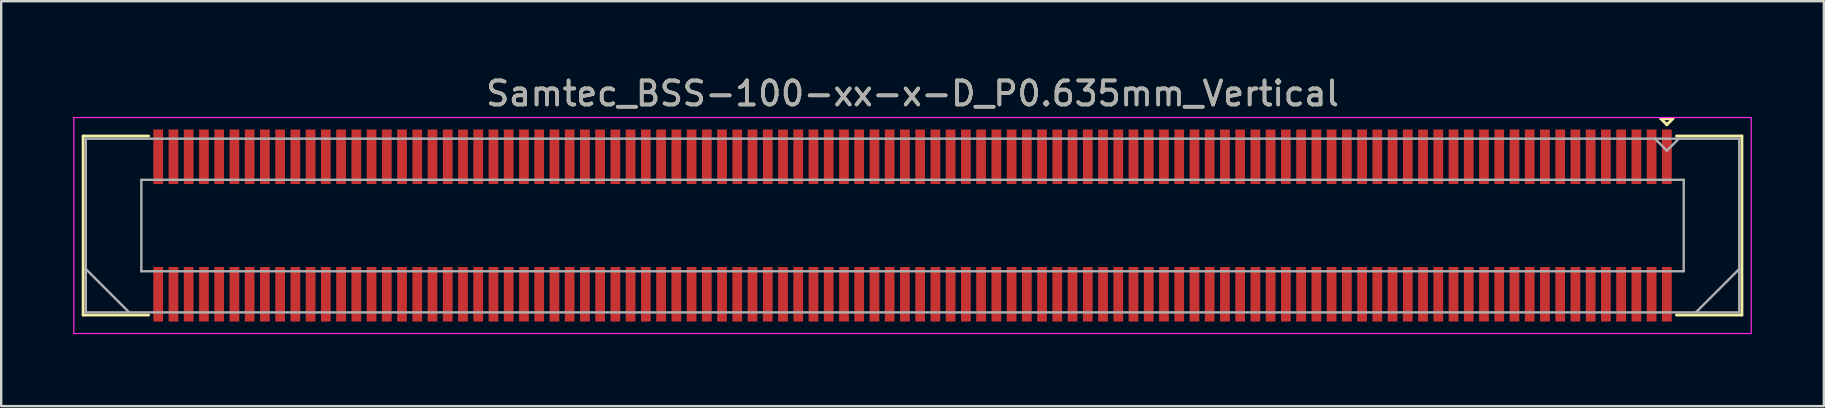
<source format=kicad_pcb>
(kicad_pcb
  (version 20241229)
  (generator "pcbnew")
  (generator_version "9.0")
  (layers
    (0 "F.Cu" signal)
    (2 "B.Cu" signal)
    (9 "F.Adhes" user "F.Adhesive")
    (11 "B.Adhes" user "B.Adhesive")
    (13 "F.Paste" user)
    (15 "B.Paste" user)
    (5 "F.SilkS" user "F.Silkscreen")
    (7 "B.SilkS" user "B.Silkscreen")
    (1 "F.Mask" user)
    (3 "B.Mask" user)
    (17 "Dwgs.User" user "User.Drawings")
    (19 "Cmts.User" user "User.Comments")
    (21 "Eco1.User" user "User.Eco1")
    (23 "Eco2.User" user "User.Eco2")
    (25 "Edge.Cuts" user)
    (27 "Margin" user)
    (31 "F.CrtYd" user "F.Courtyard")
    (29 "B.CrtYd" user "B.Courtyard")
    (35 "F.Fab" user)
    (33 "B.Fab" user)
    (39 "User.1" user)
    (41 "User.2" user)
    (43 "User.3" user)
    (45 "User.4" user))
  (footprint "Samtec_BSS-100-xx-x-D_P0.635mm_Vertical"
    (layer "F.Cu")
    (at 34.975 6.348)
    (property "Reference" "Samtec_BSS-100-xx-x-D_P0.635mm_Vertical" (at 0 -5.5 0) (layer "F.SilkS") (effects (font (size 1 1) (thickness 0.15))))
    (attr smd)
    (fp_line (start -34.56 -3.73) (end -31.835 -3.73) (stroke (width 0.12) (type solid)) (layer "F.SilkS"))
    (fp_line (start -34.56 3.73) (end -34.56 -3.73) (stroke (width 0.12) (type solid)) (layer "F.SilkS"))
    (fp_line (start -31.835 3.73) (end -34.56 3.73) (stroke (width 0.12) (type solid)) (layer "F.SilkS"))
    (fp_line (start 31.183 -4.452) (end 31.683 -4.452) (stroke (width 0.12) (type solid)) (layer "F.SilkS"))
    (fp_line (start 31.433 -4.202) (end 31.183 -4.452) (stroke (width 0.12) (type solid)) (layer "F.SilkS"))
    (fp_line (start 31.683 -4.452) (end 31.433 -4.202) (stroke (width 0.12) (type solid)) (layer "F.SilkS"))
    (fp_line (start 31.835 3.73) (end 34.56 3.73) (stroke (width 0.12) (type solid)) (layer "F.SilkS"))
    (fp_line (start 34.56 -3.73) (end 31.835 -3.73) (stroke (width 0.12) (type solid)) (layer "F.SilkS"))
    (fp_line (start 34.56 3.73) (end 34.56 -3.73) (stroke (width 0.12) (type solid)) (layer "F.SilkS"))
    (fp_line (start -34.95 -4.5) (end -34.95 4.5) (stroke (width 0.05) (type solid)) (layer "F.CrtYd"))
    (fp_line (start -34.95 4.5) (end 34.95 4.5) (stroke (width 0.05) (type solid)) (layer "F.CrtYd"))
    (fp_line (start 34.95 -4.5) (end -34.95 -4.5) (stroke (width 0.05) (type solid)) (layer "F.CrtYd"))
    (fp_line (start 34.95 4.5) (end 34.95 -4.5) (stroke (width 0.05) (type solid)) (layer "F.CrtYd"))
    (fp_line (start -34.45 -3.62) (end -34.45 3.62) (stroke (width 0.1) (type solid)) (layer "F.Fab"))
    (fp_line (start -34.45 1.81) (end -32.64 3.62) (stroke (width 0.1) (type solid)) (layer "F.Fab"))
    (fp_line (start -34.45 3.62) (end 34.45 3.62) (stroke (width 0.1) (type solid)) (layer "F.Fab"))
    (fp_line (start -32.135 -1.905) (end -32.135 1.905) (stroke (width 0.1) (type solid)) (layer "F.Fab"))
    (fp_line (start -32.135 1.905) (end 32.135 1.905) (stroke (width 0.1) (type solid)) (layer "F.Fab"))
    (fp_line (start 31.433 -3.12) (end 30.933 -3.62) (stroke (width 0.1) (type solid)) (layer "F.Fab"))
    (fp_line (start 31.933 -3.62) (end 31.433 -3.12) (stroke (width 0.1) (type solid)) (layer "F.Fab"))
    (fp_line (start 32.135 -1.905) (end -32.135 -1.905) (stroke (width 0.1) (type solid)) (layer "F.Fab"))
    (fp_line (start 32.135 1.905) (end 32.135 -1.905) (stroke (width 0.1) (type solid)) (layer "F.Fab"))
    (fp_line (start 34.45 -3.62) (end -34.45 -3.62) (stroke (width 0.1) (type solid)) (layer "F.Fab"))
    (fp_line (start 34.45 1.81) (end 32.64 3.62) (stroke (width 0.1) (type solid)) (layer "F.Fab"))
    (fp_line (start 34.45 3.62) (end 34.45 -3.62) (stroke (width 0.1) (type solid)) (layer "F.Fab"))
    (fp_text user "${REFERENCE}" (at 0 -5.5 0) (layer "F.Fab") (effects (font (size 1 1) (thickness 0.15))))
    (pad "1" smd rect (at 31.433 -2.865) (size 0.406 2.273) (layers "F.Cu" "F.Mask" "F.Paste"))
    (pad "2" smd rect (at 31.433 2.865) (size 0.406 2.273) (layers "F.Cu" "F.Mask" "F.Paste"))
    (pad "3" smd rect (at 30.797 -2.865) (size 0.406 2.273) (layers "F.Cu" "F.Mask" "F.Paste"))
    (pad "4" smd rect (at 30.797 2.865) (size 0.406 2.273) (layers "F.Cu" "F.Mask" "F.Paste"))
    (pad "5" smd rect (at 30.163 -2.865) (size 0.406 2.273) (layers "F.Cu" "F.Mask" "F.Paste"))
    (pad "6" smd rect (at 30.163 2.865) (size 0.406 2.273) (layers "F.Cu" "F.Mask" "F.Paste"))
    (pad "7" smd rect (at 29.527 -2.865) (size 0.406 2.273) (layers "F.Cu" "F.Mask" "F.Paste"))
    (pad "8" smd rect (at 29.527 2.865) (size 0.406 2.273) (layers "F.Cu" "F.Mask" "F.Paste"))
    (pad "9" smd rect (at 28.892 -2.865) (size 0.406 2.273) (layers "F.Cu" "F.Mask" "F.Paste"))
    (pad "10" smd rect (at 28.892 2.865) (size 0.406 2.273) (layers "F.Cu" "F.Mask" "F.Paste"))
    (pad "11" smd rect (at 28.258 -2.865) (size 0.406 2.273) (layers "F.Cu" "F.Mask" "F.Paste"))
    (pad "12" smd rect (at 28.258 2.865) (size 0.406 2.273) (layers "F.Cu" "F.Mask" "F.Paste"))
    (pad "13" smd rect (at 27.622 -2.865) (size 0.406 2.273) (layers "F.Cu" "F.Mask" "F.Paste"))
    (pad "14" smd rect (at 27.622 2.865) (size 0.406 2.273) (layers "F.Cu" "F.Mask" "F.Paste"))
    (pad "15" smd rect (at 26.988 -2.865) (size 0.406 2.273) (layers "F.Cu" "F.Mask" "F.Paste"))
    (pad "16" smd rect (at 26.988 2.865) (size 0.406 2.273) (layers "F.Cu" "F.Mask" "F.Paste"))
    (pad "17" smd rect (at 26.352 -2.865) (size 0.406 2.273) (layers "F.Cu" "F.Mask" "F.Paste"))
    (pad "18" smd rect (at 26.352 2.865) (size 0.406 2.273) (layers "F.Cu" "F.Mask" "F.Paste"))
    (pad "19" smd rect (at 25.718 -2.865) (size 0.406 2.273) (layers "F.Cu" "F.Mask" "F.Paste"))
    (pad "20" smd rect (at 25.718 2.865) (size 0.406 2.273) (layers "F.Cu" "F.Mask" "F.Paste"))
    (pad "21" smd rect (at 25.082 -2.865) (size 0.406 2.273) (layers "F.Cu" "F.Mask" "F.Paste"))
    (pad "22" smd rect (at 25.082 2.865) (size 0.406 2.273) (layers "F.Cu" "F.Mask" "F.Paste"))
    (pad "23" smd rect (at 24.448 -2.865) (size 0.406 2.273) (layers "F.Cu" "F.Mask" "F.Paste"))
    (pad "24" smd rect (at 24.448 2.865) (size 0.406 2.273) (layers "F.Cu" "F.Mask" "F.Paste"))
    (pad "25" smd rect (at 23.812 -2.865) (size 0.406 2.273) (layers "F.Cu" "F.Mask" "F.Paste"))
    (pad "26" smd rect (at 23.812 2.865) (size 0.406 2.273) (layers "F.Cu" "F.Mask" "F.Paste"))
    (pad "27" smd rect (at 23.177 -2.865) (size 0.406 2.273) (layers "F.Cu" "F.Mask" "F.Paste"))
    (pad "28" smd rect (at 23.177 2.865) (size 0.406 2.273) (layers "F.Cu" "F.Mask" "F.Paste"))
    (pad "29" smd rect (at 22.543 -2.865) (size 0.406 2.273) (layers "F.Cu" "F.Mask" "F.Paste"))
    (pad "30" smd rect (at 22.543 2.865) (size 0.406 2.273) (layers "F.Cu" "F.Mask" "F.Paste"))
    (pad "31" smd rect (at 21.907 -2.865) (size 0.406 2.273) (layers "F.Cu" "F.Mask" "F.Paste"))
    (pad "32" smd rect (at 21.907 2.865) (size 0.406 2.273) (layers "F.Cu" "F.Mask" "F.Paste"))
    (pad "33" smd rect (at 21.273 -2.865) (size 0.406 2.273) (layers "F.Cu" "F.Mask" "F.Paste"))
    (pad "34" smd rect (at 21.273 2.865) (size 0.406 2.273) (layers "F.Cu" "F.Mask" "F.Paste"))
    (pad "35" smd rect (at 20.637 -2.865) (size 0.406 2.273) (layers "F.Cu" "F.Mask" "F.Paste"))
    (pad "36" smd rect (at 20.637 2.865) (size 0.406 2.273) (layers "F.Cu" "F.Mask" "F.Paste"))
    (pad "37" smd rect (at 20.003 -2.865) (size 0.406 2.273) (layers "F.Cu" "F.Mask" "F.Paste"))
    (pad "38" smd rect (at 20.003 2.865) (size 0.406 2.273) (layers "F.Cu" "F.Mask" "F.Paste"))
    (pad "39" smd rect (at 19.367 -2.865) (size 0.406 2.273) (layers "F.Cu" "F.Mask" "F.Paste"))
    (pad "40" smd rect (at 19.367 2.865) (size 0.406 2.273) (layers "F.Cu" "F.Mask" "F.Paste"))
    (pad "41" smd rect (at 18.733 -2.865) (size 0.406 2.273) (layers "F.Cu" "F.Mask" "F.Paste"))
    (pad "42" smd rect (at 18.733 2.865) (size 0.406 2.273) (layers "F.Cu" "F.Mask" "F.Paste"))
    (pad "43" smd rect (at 18.098 -2.865) (size 0.406 2.273) (layers "F.Cu" "F.Mask" "F.Paste"))
    (pad "44" smd rect (at 18.098 2.865) (size 0.406 2.273) (layers "F.Cu" "F.Mask" "F.Paste"))
    (pad "45" smd rect (at 17.462 -2.865) (size 0.406 2.273) (layers "F.Cu" "F.Mask" "F.Paste"))
    (pad "46" smd rect (at 17.462 2.865) (size 0.406 2.273) (layers "F.Cu" "F.Mask" "F.Paste"))
    (pad "47" smd rect (at 16.828 -2.865) (size 0.406 2.273) (layers "F.Cu" "F.Mask" "F.Paste"))
    (pad "48" smd rect (at 16.828 2.865) (size 0.406 2.273) (layers "F.Cu" "F.Mask" "F.Paste"))
    (pad "49" smd rect (at 16.192 -2.865) (size 0.406 2.273) (layers "F.Cu" "F.Mask" "F.Paste"))
    (pad "50" smd rect (at 16.192 2.865) (size 0.406 2.273) (layers "F.Cu" "F.Mask" "F.Paste"))
    (pad "51" smd rect (at 15.557 -2.865) (size 0.406 2.273) (layers "F.Cu" "F.Mask" "F.Paste"))
    (pad "52" smd rect (at 15.557 2.865) (size 0.406 2.273) (layers "F.Cu" "F.Mask" "F.Paste"))
    (pad "53" smd rect (at 14.922 -2.865) (size 0.406 2.273) (layers "F.Cu" "F.Mask" "F.Paste"))
    (pad "54" smd rect (at 14.922 2.865) (size 0.406 2.273) (layers "F.Cu" "F.Mask" "F.Paste"))
    (pad "55" smd rect (at 14.287 -2.865) (size 0.406 2.273) (layers "F.Cu" "F.Mask" "F.Paste"))
    (pad "56" smd rect (at 14.287 2.865) (size 0.406 2.273) (layers "F.Cu" "F.Mask" "F.Paste"))
    (pad "57" smd rect (at 13.652 -2.865) (size 0.406 2.273) (layers "F.Cu" "F.Mask" "F.Paste"))
    (pad "58" smd rect (at 13.652 2.865) (size 0.406 2.273) (layers "F.Cu" "F.Mask" "F.Paste"))
    (pad "59" smd rect (at 13.018 -2.865) (size 0.406 2.273) (layers "F.Cu" "F.Mask" "F.Paste"))
    (pad "60" smd rect (at 13.018 2.865) (size 0.406 2.273) (layers "F.Cu" "F.Mask" "F.Paste"))
    (pad "61" smd rect (at 12.383 -2.865) (size 0.406 2.273) (layers "F.Cu" "F.Mask" "F.Paste"))
    (pad "62" smd rect (at 12.383 2.865) (size 0.406 2.273) (layers "F.Cu" "F.Mask" "F.Paste"))
    (pad "63" smd rect (at 11.748 -2.865) (size 0.406 2.273) (layers "F.Cu" "F.Mask" "F.Paste"))
    (pad "64" smd rect (at 11.748 2.865) (size 0.406 2.273) (layers "F.Cu" "F.Mask" "F.Paste"))
    (pad "65" smd rect (at 11.113 -2.865) (size 0.406 2.273) (layers "F.Cu" "F.Mask" "F.Paste"))
    (pad "66" smd rect (at 11.113 2.865) (size 0.406 2.273) (layers "F.Cu" "F.Mask" "F.Paste"))
    (pad "67" smd rect (at 10.477 -2.865) (size 0.406 2.273) (layers "F.Cu" "F.Mask" "F.Paste"))
    (pad "68" smd rect (at 10.477 2.865) (size 0.406 2.273) (layers "F.Cu" "F.Mask" "F.Paste"))
    (pad "69" smd rect (at 9.842 -2.865) (size 0.406 2.273) (layers "F.Cu" "F.Mask" "F.Paste"))
    (pad "70" smd rect (at 9.842 2.865) (size 0.406 2.273) (layers "F.Cu" "F.Mask" "F.Paste"))
    (pad "71" smd rect (at 9.207 -2.865) (size 0.406 2.273) (layers "F.Cu" "F.Mask" "F.Paste"))
    (pad "72" smd rect (at 9.207 2.865) (size 0.406 2.273) (layers "F.Cu" "F.Mask" "F.Paste"))
    (pad "73" smd rect (at 8.572 -2.865) (size 0.406 2.273) (layers "F.Cu" "F.Mask" "F.Paste"))
    (pad "74" smd rect (at 8.572 2.865) (size 0.406 2.273) (layers "F.Cu" "F.Mask" "F.Paste"))
    (pad "75" smd rect (at 7.938 -2.865) (size 0.406 2.273) (layers "F.Cu" "F.Mask" "F.Paste"))
    (pad "76" smd rect (at 7.938 2.865) (size 0.406 2.273) (layers "F.Cu" "F.Mask" "F.Paste"))
    (pad "77" smd rect (at 7.303 -2.865) (size 0.406 2.273) (layers "F.Cu" "F.Mask" "F.Paste"))
    (pad "78" smd rect (at 7.303 2.865) (size 0.406 2.273) (layers "F.Cu" "F.Mask" "F.Paste"))
    (pad "79" smd rect (at 6.668 -2.865) (size 0.406 2.273) (layers "F.Cu" "F.Mask" "F.Paste"))
    (pad "80" smd rect (at 6.668 2.865) (size 0.406 2.273) (layers "F.Cu" "F.Mask" "F.Paste"))
    (pad "81" smd rect (at 6.032 -2.865) (size 0.406 2.273) (layers "F.Cu" "F.Mask" "F.Paste"))
    (pad "82" smd rect (at 6.032 2.865) (size 0.406 2.273) (layers "F.Cu" "F.Mask" "F.Paste"))
    (pad "83" smd rect (at 5.397 -2.865) (size 0.406 2.273) (layers "F.Cu" "F.Mask" "F.Paste"))
    (pad "84" smd rect (at 5.397 2.865) (size 0.406 2.273) (layers "F.Cu" "F.Mask" "F.Paste"))
    (pad "85" smd rect (at 4.763 -2.865) (size 0.406 2.273) (layers "F.Cu" "F.Mask" "F.Paste"))
    (pad "86" smd rect (at 4.763 2.865) (size 0.406 2.273) (layers "F.Cu" "F.Mask" "F.Paste"))
    (pad "87" smd rect (at 4.128 -2.865) (size 0.406 2.273) (layers "F.Cu" "F.Mask" "F.Paste"))
    (pad "88" smd rect (at 4.128 2.865) (size 0.406 2.273) (layers "F.Cu" "F.Mask" "F.Paste"))
    (pad "89" smd rect (at 3.493 -2.865) (size 0.406 2.273) (layers "F.Cu" "F.Mask" "F.Paste"))
    (pad "90" smd rect (at 3.493 2.865) (size 0.406 2.273) (layers "F.Cu" "F.Mask" "F.Paste"))
    (pad "91" smd rect (at 2.857 -2.865) (size 0.406 2.273) (layers "F.Cu" "F.Mask" "F.Paste"))
    (pad "92" smd rect (at 2.857 2.865) (size 0.406 2.273) (layers "F.Cu" "F.Mask" "F.Paste"))
    (pad "93" smd rect (at 2.223 -2.865) (size 0.406 2.273) (layers "F.Cu" "F.Mask" "F.Paste"))
    (pad "94" smd rect (at 2.223 2.865) (size 0.406 2.273) (layers "F.Cu" "F.Mask" "F.Paste"))
    (pad "95" smd rect (at 1.587 -2.865) (size 0.406 2.273) (layers "F.Cu" "F.Mask" "F.Paste"))
    (pad "96" smd rect (at 1.587 2.865) (size 0.406 2.273) (layers "F.Cu" "F.Mask" "F.Paste"))
    (pad "97" smd rect (at 0.953 -2.865) (size 0.406 2.273) (layers "F.Cu" "F.Mask" "F.Paste"))
    (pad "98" smd rect (at 0.953 2.865) (size 0.406 2.273) (layers "F.Cu" "F.Mask" "F.Paste"))
    (pad "99" smd rect (at 0.318 -2.865) (size 0.406 2.273) (layers "F.Cu" "F.Mask" "F.Paste"))
    (pad "100" smd rect (at 0.318 2.865) (size 0.406 2.273) (layers "F.Cu" "F.Mask" "F.Paste"))
    (pad "101" smd rect (at -0.318 -2.865) (size 0.406 2.273) (layers "F.Cu" "F.Mask" "F.Paste"))
    (pad "102" smd rect (at -0.318 2.865) (size 0.406 2.273) (layers "F.Cu" "F.Mask" "F.Paste"))
    (pad "103" smd rect (at -0.953 -2.865) (size 0.406 2.273) (layers "F.Cu" "F.Mask" "F.Paste"))
    (pad "104" smd rect (at -0.953 2.865) (size 0.406 2.273) (layers "F.Cu" "F.Mask" "F.Paste"))
    (pad "105" smd rect (at -1.587 -2.865) (size 0.406 2.273) (layers "F.Cu" "F.Mask" "F.Paste"))
    (pad "106" smd rect (at -1.587 2.865) (size 0.406 2.273) (layers "F.Cu" "F.Mask" "F.Paste"))
    (pad "107" smd rect (at -2.223 -2.865) (size 0.406 2.273) (layers "F.Cu" "F.Mask" "F.Paste"))
    (pad "108" smd rect (at -2.223 2.865) (size 0.406 2.273) (layers "F.Cu" "F.Mask" "F.Paste"))
    (pad "109" smd rect (at -2.857 -2.865) (size 0.406 2.273) (layers "F.Cu" "F.Mask" "F.Paste"))
    (pad "110" smd rect (at -2.857 2.865) (size 0.406 2.273) (layers "F.Cu" "F.Mask" "F.Paste"))
    (pad "111" smd rect (at -3.493 -2.865) (size 0.406 2.273) (layers "F.Cu" "F.Mask" "F.Paste"))
    (pad "112" smd rect (at -3.493 2.865) (size 0.406 2.273) (layers "F.Cu" "F.Mask" "F.Paste"))
    (pad "113" smd rect (at -4.128 -2.865) (size 0.406 2.273) (layers "F.Cu" "F.Mask" "F.Paste"))
    (pad "114" smd rect (at -4.128 2.865) (size 0.406 2.273) (layers "F.Cu" "F.Mask" "F.Paste"))
    (pad "115" smd rect (at -4.763 -2.865) (size 0.406 2.273) (layers "F.Cu" "F.Mask" "F.Paste"))
    (pad "116" smd rect (at -4.763 2.865) (size 0.406 2.273) (layers "F.Cu" "F.Mask" "F.Paste"))
    (pad "117" smd rect (at -5.397 -2.865) (size 0.406 2.273) (layers "F.Cu" "F.Mask" "F.Paste"))
    (pad "118" smd rect (at -5.397 2.865) (size 0.406 2.273) (layers "F.Cu" "F.Mask" "F.Paste"))
    (pad "119" smd rect (at -6.032 -2.865) (size 0.406 2.273) (layers "F.Cu" "F.Mask" "F.Paste"))
    (pad "120" smd rect (at -6.032 2.865) (size 0.406 2.273) (layers "F.Cu" "F.Mask" "F.Paste"))
    (pad "121" smd rect (at -6.668 -2.865) (size 0.406 2.273) (layers "F.Cu" "F.Mask" "F.Paste"))
    (pad "122" smd rect (at -6.668 2.865) (size 0.406 2.273) (layers "F.Cu" "F.Mask" "F.Paste"))
    (pad "123" smd rect (at -7.303 -2.865) (size 0.406 2.273) (layers "F.Cu" "F.Mask" "F.Paste"))
    (pad "124" smd rect (at -7.303 2.865) (size 0.406 2.273) (layers "F.Cu" "F.Mask" "F.Paste"))
    (pad "125" smd rect (at -7.938 -2.865) (size 0.406 2.273) (layers "F.Cu" "F.Mask" "F.Paste"))
    (pad "126" smd rect (at -7.938 2.865) (size 0.406 2.273) (layers "F.Cu" "F.Mask" "F.Paste"))
    (pad "127" smd rect (at -8.572 -2.865) (size 0.406 2.273) (layers "F.Cu" "F.Mask" "F.Paste"))
    (pad "128" smd rect (at -8.572 2.865) (size 0.406 2.273) (layers "F.Cu" "F.Mask" "F.Paste"))
    (pad "129" smd rect (at -9.207 -2.865) (size 0.406 2.273) (layers "F.Cu" "F.Mask" "F.Paste"))
    (pad "130" smd rect (at -9.207 2.865) (size 0.406 2.273) (layers "F.Cu" "F.Mask" "F.Paste"))
    (pad "131" smd rect (at -9.842 -2.865) (size 0.406 2.273) (layers "F.Cu" "F.Mask" "F.Paste"))
    (pad "132" smd rect (at -9.842 2.865) (size 0.406 2.273) (layers "F.Cu" "F.Mask" "F.Paste"))
    (pad "133" smd rect (at -10.477 -2.865) (size 0.406 2.273) (layers "F.Cu" "F.Mask" "F.Paste"))
    (pad "134" smd rect (at -10.477 2.865) (size 0.406 2.273) (layers "F.Cu" "F.Mask" "F.Paste"))
    (pad "135" smd rect (at -11.113 -2.865) (size 0.406 2.273) (layers "F.Cu" "F.Mask" "F.Paste"))
    (pad "136" smd rect (at -11.113 2.865) (size 0.406 2.273) (layers "F.Cu" "F.Mask" "F.Paste"))
    (pad "137" smd rect (at -11.748 -2.865) (size 0.406 2.273) (layers "F.Cu" "F.Mask" "F.Paste"))
    (pad "138" smd rect (at -11.748 2.865) (size 0.406 2.273) (layers "F.Cu" "F.Mask" "F.Paste"))
    (pad "139" smd rect (at -12.383 -2.865) (size 0.406 2.273) (layers "F.Cu" "F.Mask" "F.Paste"))
    (pad "140" smd rect (at -12.383 2.865) (size 0.406 2.273) (layers "F.Cu" "F.Mask" "F.Paste"))
    (pad "141" smd rect (at -13.018 -2.865) (size 0.406 2.273) (layers "F.Cu" "F.Mask" "F.Paste"))
    (pad "142" smd rect (at -13.018 2.865) (size 0.406 2.273) (layers "F.Cu" "F.Mask" "F.Paste"))
    (pad "143" smd rect (at -13.652 -2.865) (size 0.406 2.273) (layers "F.Cu" "F.Mask" "F.Paste"))
    (pad "144" smd rect (at -13.652 2.865) (size 0.406 2.273) (layers "F.Cu" "F.Mask" "F.Paste"))
    (pad "145" smd rect (at -14.287 -2.865) (size 0.406 2.273) (layers "F.Cu" "F.Mask" "F.Paste"))
    (pad "146" smd rect (at -14.287 2.865) (size 0.406 2.273) (layers "F.Cu" "F.Mask" "F.Paste"))
    (pad "147" smd rect (at -14.922 -2.865) (size 0.406 2.273) (layers "F.Cu" "F.Mask" "F.Paste"))
    (pad "148" smd rect (at -14.922 2.865) (size 0.406 2.273) (layers "F.Cu" "F.Mask" "F.Paste"))
    (pad "149" smd rect (at -15.557 -2.865) (size 0.406 2.273) (layers "F.Cu" "F.Mask" "F.Paste"))
    (pad "150" smd rect (at -15.557 2.865) (size 0.406 2.273) (layers "F.Cu" "F.Mask" "F.Paste"))
    (pad "151" smd rect (at -16.192 -2.865) (size 0.406 2.273) (layers "F.Cu" "F.Mask" "F.Paste"))
    (pad "152" smd rect (at -16.192 2.865) (size 0.406 2.273) (layers "F.Cu" "F.Mask" "F.Paste"))
    (pad "153" smd rect (at -16.828 -2.865) (size 0.406 2.273) (layers "F.Cu" "F.Mask" "F.Paste"))
    (pad "154" smd rect (at -16.828 2.865) (size 0.406 2.273) (layers "F.Cu" "F.Mask" "F.Paste"))
    (pad "155" smd rect (at -17.462 -2.865) (size 0.406 2.273) (layers "F.Cu" "F.Mask" "F.Paste"))
    (pad "156" smd rect (at -17.462 2.865) (size 0.406 2.273) (layers "F.Cu" "F.Mask" "F.Paste"))
    (pad "157" smd rect (at -18.098 -2.865) (size 0.406 2.273) (layers "F.Cu" "F.Mask" "F.Paste"))
    (pad "158" smd rect (at -18.098 2.865) (size 0.406 2.273) (layers "F.Cu" "F.Mask" "F.Paste"))
    (pad "159" smd rect (at -18.733 -2.865) (size 0.406 2.273) (layers "F.Cu" "F.Mask" "F.Paste"))
    (pad "160" smd rect (at -18.733 2.865) (size 0.406 2.273) (layers "F.Cu" "F.Mask" "F.Paste"))
    (pad "161" smd rect (at -19.367 -2.865) (size 0.406 2.273) (layers "F.Cu" "F.Mask" "F.Paste"))
    (pad "162" smd rect (at -19.367 2.865) (size 0.406 2.273) (layers "F.Cu" "F.Mask" "F.Paste"))
    (pad "163" smd rect (at -20.003 -2.865) (size 0.406 2.273) (layers "F.Cu" "F.Mask" "F.Paste"))
    (pad "164" smd rect (at -20.003 2.865) (size 0.406 2.273) (layers "F.Cu" "F.Mask" "F.Paste"))
    (pad "165" smd rect (at -20.637 -2.865) (size 0.406 2.273) (layers "F.Cu" "F.Mask" "F.Paste"))
    (pad "166" smd rect (at -20.637 2.865) (size 0.406 2.273) (layers "F.Cu" "F.Mask" "F.Paste"))
    (pad "167" smd rect (at -21.273 -2.865) (size 0.406 2.273) (layers "F.Cu" "F.Mask" "F.Paste"))
    (pad "168" smd rect (at -21.273 2.865) (size 0.406 2.273) (layers "F.Cu" "F.Mask" "F.Paste"))
    (pad "169" smd rect (at -21.907 -2.865) (size 0.406 2.273) (layers "F.Cu" "F.Mask" "F.Paste"))
    (pad "170" smd rect (at -21.907 2.865) (size 0.406 2.273) (layers "F.Cu" "F.Mask" "F.Paste"))
    (pad "171" smd rect (at -22.543 -2.865) (size 0.406 2.273) (layers "F.Cu" "F.Mask" "F.Paste"))
    (pad "172" smd rect (at -22.543 2.865) (size 0.406 2.273) (layers "F.Cu" "F.Mask" "F.Paste"))
    (pad "173" smd rect (at -23.177 -2.865) (size 0.406 2.273) (layers "F.Cu" "F.Mask" "F.Paste"))
    (pad "174" smd rect (at -23.177 2.865) (size 0.406 2.273) (layers "F.Cu" "F.Mask" "F.Paste"))
    (pad "175" smd rect (at -23.812 -2.865) (size 0.406 2.273) (layers "F.Cu" "F.Mask" "F.Paste"))
    (pad "176" smd rect (at -23.812 2.865) (size 0.406 2.273) (layers "F.Cu" "F.Mask" "F.Paste"))
    (pad "177" smd rect (at -24.448 -2.865) (size 0.406 2.273) (layers "F.Cu" "F.Mask" "F.Paste"))
    (pad "178" smd rect (at -24.448 2.865) (size 0.406 2.273) (layers "F.Cu" "F.Mask" "F.Paste"))
    (pad "179" smd rect (at -25.082 -2.865) (size 0.406 2.273) (layers "F.Cu" "F.Mask" "F.Paste"))
    (pad "180" smd rect (at -25.082 2.865) (size 0.406 2.273) (layers "F.Cu" "F.Mask" "F.Paste"))
    (pad "181" smd rect (at -25.718 -2.865) (size 0.406 2.273) (layers "F.Cu" "F.Mask" "F.Paste"))
    (pad "182" smd rect (at -25.718 2.865) (size 0.406 2.273) (layers "F.Cu" "F.Mask" "F.Paste"))
    (pad "183" smd rect (at -26.352 -2.865) (size 0.406 2.273) (layers "F.Cu" "F.Mask" "F.Paste"))
    (pad "184" smd rect (at -26.352 2.865) (size 0.406 2.273) (layers "F.Cu" "F.Mask" "F.Paste"))
    (pad "185" smd rect (at -26.988 -2.865) (size 0.406 2.273) (layers "F.Cu" "F.Mask" "F.Paste"))
    (pad "186" smd rect (at -26.988 2.865) (size 0.406 2.273) (layers "F.Cu" "F.Mask" "F.Paste"))
    (pad "187" smd rect (at -27.622 -2.865) (size 0.406 2.273) (layers "F.Cu" "F.Mask" "F.Paste"))
    (pad "188" smd rect (at -27.622 2.865) (size 0.406 2.273) (layers "F.Cu" "F.Mask" "F.Paste"))
    (pad "189" smd rect (at -28.258 -2.865) (size 0.406 2.273) (layers "F.Cu" "F.Mask" "F.Paste"))
    (pad "190" smd rect (at -28.258 2.865) (size 0.406 2.273) (layers "F.Cu" "F.Mask" "F.Paste"))
    (pad "191" smd rect (at -28.892 -2.865) (size 0.406 2.273) (layers "F.Cu" "F.Mask" "F.Paste"))
    (pad "192" smd rect (at -28.892 2.865) (size 0.406 2.273) (layers "F.Cu" "F.Mask" "F.Paste"))
    (pad "193" smd rect (at -29.527 -2.865) (size 0.406 2.273) (layers "F.Cu" "F.Mask" "F.Paste"))
    (pad "194" smd rect (at -29.527 2.865) (size 0.406 2.273) (layers "F.Cu" "F.Mask" "F.Paste"))
    (pad "195" smd rect (at -30.163 -2.865) (size 0.406 2.273) (layers "F.Cu" "F.Mask" "F.Paste"))
    (pad "196" smd rect (at -30.163 2.865) (size 0.406 2.273) (layers "F.Cu" "F.Mask" "F.Paste"))
    (pad "197" smd rect (at -30.797 -2.865) (size 0.406 2.273) (layers "F.Cu" "F.Mask" "F.Paste"))
    (pad "198" smd rect (at -30.797 2.865) (size 0.406 2.273) (layers "F.Cu" "F.Mask" "F.Paste"))
    (pad "199" smd rect (at -31.433 -2.865) (size 0.406 2.273) (layers "F.Cu" "F.Mask" "F.Paste"))
    (pad "200" smd rect (at -31.433 2.865) (size 0.406 2.273) (layers "F.Cu" "F.Mask" "F.Paste")))
  (gr_rect
    (start -3 -3)
    (end 72.95 13.873)
    (stroke (width 0.1) (type default))
    (fill no)
    (layer "Edge.Cuts")))
</source>
